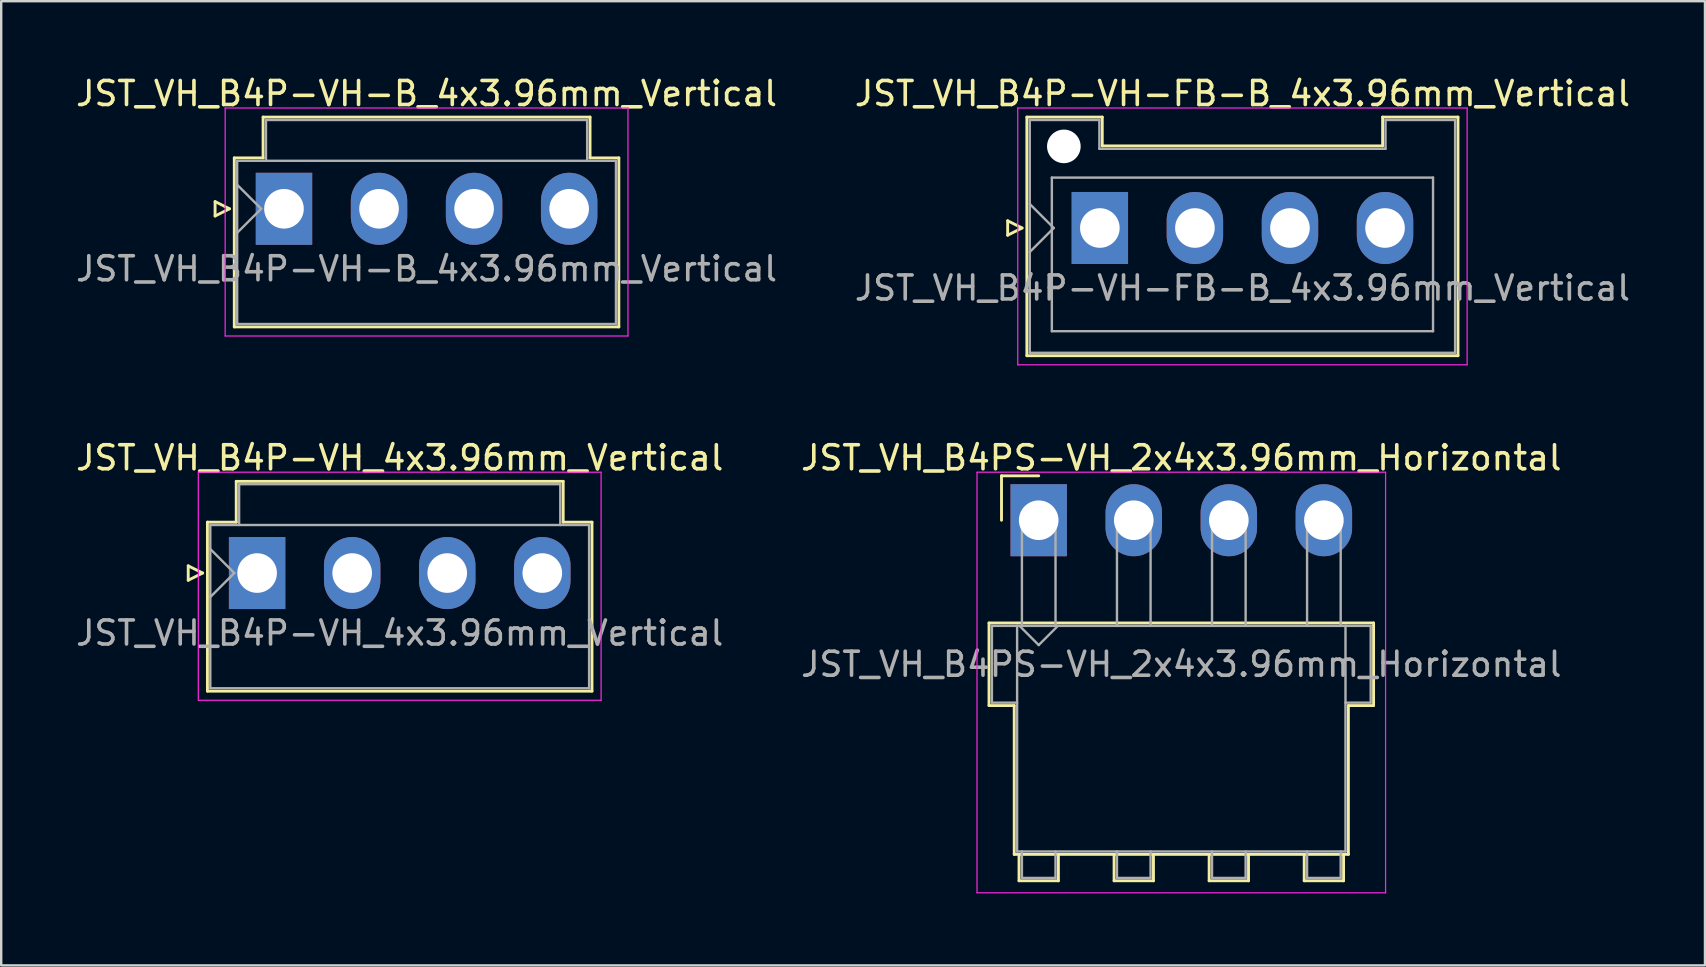
<source format=kicad_pcb>
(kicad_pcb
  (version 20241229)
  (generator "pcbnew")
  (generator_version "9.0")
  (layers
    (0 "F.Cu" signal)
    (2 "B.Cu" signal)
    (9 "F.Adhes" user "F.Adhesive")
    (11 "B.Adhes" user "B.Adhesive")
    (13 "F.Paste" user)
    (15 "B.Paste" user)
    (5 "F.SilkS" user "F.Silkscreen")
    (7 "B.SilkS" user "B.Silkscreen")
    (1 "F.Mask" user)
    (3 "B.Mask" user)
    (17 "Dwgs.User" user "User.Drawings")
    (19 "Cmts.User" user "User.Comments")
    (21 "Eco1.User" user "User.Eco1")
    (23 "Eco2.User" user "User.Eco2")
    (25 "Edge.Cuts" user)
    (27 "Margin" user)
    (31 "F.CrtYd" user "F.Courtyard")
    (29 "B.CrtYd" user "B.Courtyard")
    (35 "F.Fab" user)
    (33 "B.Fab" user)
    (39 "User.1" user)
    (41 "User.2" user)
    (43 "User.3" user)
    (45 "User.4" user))
  (footprint "JST_VH_B4P-VH-B_4x3.96mm_Vertical"
    (layer "F.Cu")
    (at 8.78 5.648)
    (property "Reference" "JST_VH_B4P-VH-B_4x3.96mm_Vertical" (at 5.94 -4.8 0) (layer "F.SilkS") (effects (font (size 1 1) (thickness 0.15))))
    (attr through_hole)
    (fp_line (start -2.87 -0.3) (end -2.27 0) (stroke (width 0.12) (type solid)) (layer "F.SilkS"))
    (fp_line (start -2.87 0.3) (end -2.87 -0.3) (stroke (width 0.12) (type solid)) (layer "F.SilkS"))
    (fp_line (start -2.27 0) (end -2.87 0.3) (stroke (width 0.12) (type solid)) (layer "F.SilkS"))
    (fp_line (start -2.07 -2.12) (end -0.87 -2.12) (stroke (width 0.12) (type solid)) (layer "F.SilkS"))
    (fp_line (start -2.07 4.92) (end -2.07 -2.12) (stroke (width 0.12) (type solid)) (layer "F.SilkS"))
    (fp_line (start -0.87 -3.82) (end 12.75 -3.82) (stroke (width 0.12) (type solid)) (layer "F.SilkS"))
    (fp_line (start -0.87 -2.12) (end -0.87 -3.82) (stroke (width 0.12) (type solid)) (layer "F.SilkS"))
    (fp_line (start 12.75 -3.82) (end 12.75 -2.12) (stroke (width 0.12) (type solid)) (layer "F.SilkS"))
    (fp_line (start 12.75 -2.12) (end 13.95 -2.12) (stroke (width 0.12) (type solid)) (layer "F.SilkS"))
    (fp_line (start 13.95 -2.12) (end 13.95 4.92) (stroke (width 0.12) (type solid)) (layer "F.SilkS"))
    (fp_line (start 13.95 4.92) (end -2.07 4.92) (stroke (width 0.12) (type solid)) (layer "F.SilkS"))
    (fp_line (start -2.45 -4.2) (end -2.45 5.3) (stroke (width 0.05) (type solid)) (layer "F.CrtYd"))
    (fp_line (start -2.45 5.3) (end 14.33 5.3) (stroke (width 0.05) (type solid)) (layer "F.CrtYd"))
    (fp_line (start 14.33 -4.2) (end -2.45 -4.2) (stroke (width 0.05) (type solid)) (layer "F.CrtYd"))
    (fp_line (start 14.33 5.3) (end 14.33 -4.2) (stroke (width 0.05) (type solid)) (layer "F.CrtYd"))
    (fp_line (start -1.95 -2) (end -1.95 4.8) (stroke (width 0.1) (type solid)) (layer "F.Fab"))
    (fp_line (start -1.95 -1) (end -0.95 0) (stroke (width 0.1) (type solid)) (layer "F.Fab"))
    (fp_line (start -1.95 1) (end -0.95 0) (stroke (width 0.1) (type solid)) (layer "F.Fab"))
    (fp_line (start -1.95 4.8) (end 13.83 4.8) (stroke (width 0.1) (type solid)) (layer "F.Fab"))
    (fp_line (start -0.75 -3.7) (end 12.63 -3.7) (stroke (width 0.1) (type solid)) (layer "F.Fab"))
    (fp_line (start -0.75 -2) (end -0.75 -3.7) (stroke (width 0.1) (type solid)) (layer "F.Fab"))
    (fp_line (start 12.63 -3.7) (end 12.63 -2) (stroke (width 0.1) (type solid)) (layer "F.Fab"))
    (fp_line (start 13.83 -2) (end -1.95 -2) (stroke (width 0.1) (type solid)) (layer "F.Fab"))
    (fp_line (start 13.83 4.8) (end 13.83 -2) (stroke (width 0.1) (type solid)) (layer "F.Fab"))
    (fp_text user "${REFERENCE}" (at 5.94 2.5 0) (layer "F.Fab") (effects (font (size 1 1) (thickness 0.15))))
    (pad "1" thru_hole rect (at 0 0) (size 2.35 3) (drill 1.65) (layers "*.Cu" "*.Mask"))
    (pad "2" thru_hole oval (at 3.96 0) (size 2.35 3) (drill 1.65) (layers "*.Cu" "*.Mask"))
    (pad "3" thru_hole oval (at 7.92 0) (size 2.35 3) (drill 1.65) (layers "*.Cu" "*.Mask"))
    (pad "4" thru_hole oval (at 11.88 0) (size 2.35 3) (drill 1.65) (layers "*.Cu" "*.Mask")))
  (footprint "JST_VH_B4P-VH-FB-B_4x3.96mm_Vertical"
    (layer "F.Cu")
    (at 42.768 6.448)
    (property "Reference" "JST_VH_B4P-VH-FB-B_4x3.96mm_Vertical" (at 5.94 -5.6 0) (layer "F.SilkS") (effects (font (size 1 1) (thickness 0.15))))
    (attr through_hole)
    (fp_line (start -3.84 -0.3) (end -3.24 0) (stroke (width 0.12) (type solid)) (layer "F.SilkS"))
    (fp_line (start -3.84 0.3) (end -3.84 -0.3) (stroke (width 0.12) (type solid)) (layer "F.SilkS"))
    (fp_line (start -3.24 0) (end -3.84 0.3) (stroke (width 0.12) (type solid)) (layer "F.SilkS"))
    (fp_line (start -3.04 -4.62) (end 0.1 -4.62) (stroke (width 0.12) (type solid)) (layer "F.SilkS"))
    (fp_line (start -3.04 5.32) (end -3.04 -4.62) (stroke (width 0.12) (type solid)) (layer "F.SilkS"))
    (fp_line (start 0.1 -4.62) (end 0.1 -3.42) (stroke (width 0.12) (type solid)) (layer "F.SilkS"))
    (fp_line (start 0.1 -3.42) (end 11.78 -3.42) (stroke (width 0.12) (type solid)) (layer "F.SilkS"))
    (fp_line (start 11.78 -4.62) (end 14.92 -4.62) (stroke (width 0.12) (type solid)) (layer "F.SilkS"))
    (fp_line (start 11.78 -3.42) (end 11.78 -4.62) (stroke (width 0.12) (type solid)) (layer "F.SilkS"))
    (fp_line (start 14.92 -4.62) (end 14.92 5.32) (stroke (width 0.12) (type solid)) (layer "F.SilkS"))
    (fp_line (start 14.92 5.32) (end -3.04 5.32) (stroke (width 0.12) (type solid)) (layer "F.SilkS"))
    (fp_line (start -3.42 -5) (end -3.42 5.7) (stroke (width 0.05) (type solid)) (layer "F.CrtYd"))
    (fp_line (start -3.42 5.7) (end 15.3 5.7) (stroke (width 0.05) (type solid)) (layer "F.CrtYd"))
    (fp_line (start 15.3 -5) (end -3.42 -5) (stroke (width 0.05) (type solid)) (layer "F.CrtYd"))
    (fp_line (start 15.3 5.7) (end 15.3 -5) (stroke (width 0.05) (type solid)) (layer "F.CrtYd"))
    (fp_line (start -2.92 -4.5) (end -0.02 -4.5) (stroke (width 0.1) (type solid)) (layer "F.Fab"))
    (fp_line (start -2.92 -1) (end -1.92 0) (stroke (width 0.1) (type solid)) (layer "F.Fab"))
    (fp_line (start -2.92 1) (end -1.92 0) (stroke (width 0.1) (type solid)) (layer "F.Fab"))
    (fp_line (start -2.92 5.2) (end -2.92 -4.5) (stroke (width 0.1) (type solid)) (layer "F.Fab"))
    (fp_line (start -2 -2.1) (end 13.88 -2.1) (stroke (width 0.1) (type solid)) (layer "F.Fab"))
    (fp_line (start -2 4.3) (end -2 -2.1) (stroke (width 0.1) (type solid)) (layer "F.Fab"))
    (fp_line (start -0.02 -4.5) (end -0.02 -3.3) (stroke (width 0.1) (type solid)) (layer "F.Fab"))
    (fp_line (start -0.02 -3.3) (end 11.9 -3.3) (stroke (width 0.1) (type solid)) (layer "F.Fab"))
    (fp_line (start 11.9 -4.5) (end 14.8 -4.5) (stroke (width 0.1) (type solid)) (layer "F.Fab"))
    (fp_line (start 11.9 -3.3) (end 11.9 -4.5) (stroke (width 0.1) (type solid)) (layer "F.Fab"))
    (fp_line (start 13.88 -2.1) (end 13.88 4.3) (stroke (width 0.1) (type solid)) (layer "F.Fab"))
    (fp_line (start 13.88 4.3) (end -2 4.3) (stroke (width 0.1) (type solid)) (layer "F.Fab"))
    (fp_line (start 14.8 -4.5) (end 14.8 5.2) (stroke (width 0.1) (type solid)) (layer "F.Fab"))
    (fp_line (start 14.8 5.2) (end -2.92 5.2) (stroke (width 0.1) (type solid)) (layer "F.Fab"))
    (fp_text user "${REFERENCE}" (at 5.94 2.5 0) (layer "F.Fab") (effects (font (size 1 1) (thickness 0.15))))
    (pad "" np_thru_hole circle (at -1.5 -3.4) (size 1.4 1.4) (drill 1.4) (layers "*.Cu" "*.Mask"))
    (pad "1" thru_hole rect (at 0 0) (size 2.35 3) (drill 1.65) (layers "*.Cu" "*.Mask"))
    (pad "2" thru_hole oval (at 3.96 0) (size 2.35 3) (drill 1.65) (layers "*.Cu" "*.Mask"))
    (pad "3" thru_hole oval (at 7.92 0) (size 2.35 3) (drill 1.65) (layers "*.Cu" "*.Mask"))
    (pad "4" thru_hole oval (at 11.88 0) (size 2.35 3) (drill 1.65) (layers "*.Cu" "*.Mask")))
  (footprint "JST_VH_B4PS-VH_2x4x3.96mm_Horizontal"
    (layer "F.Cu")
    (at 40.221 18.622)
    (property "Reference" "JST_VH_B4PS-VH_2x4x3.96mm_Horizontal" (at 5.94 -2.6 0) (layer "F.SilkS") (effects (font (size 1 1) (thickness 0.15))))
    (attr through_hole)
    (fp_line (start -2.07 4.28) (end 13.95 4.28) (stroke (width 0.12) (type solid)) (layer "F.SilkS"))
    (fp_line (start -2.07 7.72) (end -2.07 4.28) (stroke (width 0.12) (type solid)) (layer "F.SilkS"))
    (fp_line (start -1.55 -1.85) (end -1.55 0) (stroke (width 0.12) (type solid)) (layer "F.SilkS"))
    (fp_line (start -1.02 7.72) (end -2.07 7.72) (stroke (width 0.12) (type solid)) (layer "F.SilkS"))
    (fp_line (start -1.02 13.92) (end -1.02 7.72) (stroke (width 0.12) (type solid)) (layer "F.SilkS"))
    (fp_line (start -0.82 13.92) (end -0.82 15.02) (stroke (width 0.12) (type solid)) (layer "F.SilkS"))
    (fp_line (start -0.82 15.02) (end 0.82 15.02) (stroke (width 0.12) (type solid)) (layer "F.SilkS"))
    (fp_line (start 0 -1.85) (end -1.55 -1.85) (stroke (width 0.12) (type solid)) (layer "F.SilkS"))
    (fp_line (start 0.82 15.02) (end 0.82 13.92) (stroke (width 0.12) (type solid)) (layer "F.SilkS"))
    (fp_line (start 3.14 13.92) (end 3.14 15.02) (stroke (width 0.12) (type solid)) (layer "F.SilkS"))
    (fp_line (start 3.14 15.02) (end 4.78 15.02) (stroke (width 0.12) (type solid)) (layer "F.SilkS"))
    (fp_line (start 4.78 15.02) (end 4.78 13.92) (stroke (width 0.12) (type solid)) (layer "F.SilkS"))
    (fp_line (start 7.1 13.92) (end 7.1 15.02) (stroke (width 0.12) (type solid)) (layer "F.SilkS"))
    (fp_line (start 7.1 15.02) (end 8.74 15.02) (stroke (width 0.12) (type solid)) (layer "F.SilkS"))
    (fp_line (start 8.74 15.02) (end 8.74 13.92) (stroke (width 0.12) (type solid)) (layer "F.SilkS"))
    (fp_line (start 11.06 13.92) (end 11.06 15.02) (stroke (width 0.12) (type solid)) (layer "F.SilkS"))
    (fp_line (start 11.06 15.02) (end 12.7 15.02) (stroke (width 0.12) (type solid)) (layer "F.SilkS"))
    (fp_line (start 12.7 15.02) (end 12.7 13.92) (stroke (width 0.12) (type solid)) (layer "F.SilkS"))
    (fp_line (start 12.9 7.72) (end 12.9 13.92) (stroke (width 0.12) (type solid)) (layer "F.SilkS"))
    (fp_line (start 12.9 13.92) (end -1.02 13.92) (stroke (width 0.12) (type solid)) (layer "F.SilkS"))
    (fp_line (start 13.95 4.28) (end 13.95 7.72) (stroke (width 0.12) (type solid)) (layer "F.SilkS"))
    (fp_line (start 13.95 7.72) (end 12.9 7.72) (stroke (width 0.12) (type solid)) (layer "F.SilkS"))
    (fp_line (start -2.57 -2) (end -2.57 15.52) (stroke (width 0.05) (type solid)) (layer "F.CrtYd"))
    (fp_line (start -2.57 15.52) (end 14.45 15.52) (stroke (width 0.05) (type solid)) (layer "F.CrtYd"))
    (fp_line (start 14.45 -2) (end -2.57 -2) (stroke (width 0.05) (type solid)) (layer "F.CrtYd"))
    (fp_line (start 14.45 15.52) (end 14.45 -2) (stroke (width 0.05) (type solid)) (layer "F.CrtYd"))
    (fp_line (start -1.95 4.4) (end -0.9 4.4) (stroke (width 0.1) (type solid)) (layer "F.Fab"))
    (fp_line (start -1.95 7.6) (end -1.95 4.4) (stroke (width 0.1) (type solid)) (layer "F.Fab"))
    (fp_line (start -0.9 4.4) (end -0.9 13.8) (stroke (width 0.1) (type solid)) (layer "F.Fab"))
    (fp_line (start -0.9 7.6) (end -1.95 7.6) (stroke (width 0.1) (type solid)) (layer "F.Fab"))
    (fp_line (start -0.9 13.8) (end 12.78 13.8) (stroke (width 0.1) (type solid)) (layer "F.Fab"))
    (fp_line (start -0.8 4.4) (end 0 5.2) (stroke (width 0.1) (type solid)) (layer "F.Fab"))
    (fp_line (start -0.7 0) (end 0.7 0) (stroke (width 0.1) (type solid)) (layer "F.Fab"))
    (fp_line (start -0.7 4.4) (end -0.7 0) (stroke (width 0.1) (type solid)) (layer "F.Fab"))
    (fp_line (start -0.7 13.8) (end -0.7 14.9) (stroke (width 0.1) (type solid)) (layer "F.Fab"))
    (fp_line (start -0.7 14.9) (end 0.7 14.9) (stroke (width 0.1) (type solid)) (layer "F.Fab"))
    (fp_line (start 0 5.2) (end 0.8 4.4) (stroke (width 0.1) (type solid)) (layer "F.Fab"))
    (fp_line (start 0.7 0) (end 0.7 4.4) (stroke (width 0.1) (type solid)) (layer "F.Fab"))
    (fp_line (start 0.7 14.9) (end 0.7 13.8) (stroke (width 0.1) (type solid)) (layer "F.Fab"))
    (fp_line (start 3.26 0) (end 4.66 0) (stroke (width 0.1) (type solid)) (layer "F.Fab"))
    (fp_line (start 3.26 4.4) (end 3.26 0) (stroke (width 0.1) (type solid)) (layer "F.Fab"))
    (fp_line (start 3.26 13.8) (end 3.26 14.9) (stroke (width 0.1) (type solid)) (layer "F.Fab"))
    (fp_line (start 3.26 14.9) (end 4.66 14.9) (stroke (width 0.1) (type solid)) (layer "F.Fab"))
    (fp_line (start 4.66 0) (end 4.66 4.4) (stroke (width 0.1) (type solid)) (layer "F.Fab"))
    (fp_line (start 4.66 14.9) (end 4.66 13.8) (stroke (width 0.1) (type solid)) (layer "F.Fab"))
    (fp_line (start 7.22 0) (end 8.62 0) (stroke (width 0.1) (type solid)) (layer "F.Fab"))
    (fp_line (start 7.22 4.4) (end 7.22 0) (stroke (width 0.1) (type solid)) (layer "F.Fab"))
    (fp_line (start 7.22 13.8) (end 7.22 14.9) (stroke (width 0.1) (type solid)) (layer "F.Fab"))
    (fp_line (start 7.22 14.9) (end 8.62 14.9) (stroke (width 0.1) (type solid)) (layer "F.Fab"))
    (fp_line (start 8.62 0) (end 8.62 4.4) (stroke (width 0.1) (type solid)) (layer "F.Fab"))
    (fp_line (start 8.62 14.9) (end 8.62 13.8) (stroke (width 0.1) (type solid)) (layer "F.Fab"))
    (fp_line (start 11.18 0) (end 12.58 0) (stroke (width 0.1) (type solid)) (layer "F.Fab"))
    (fp_line (start 11.18 4.4) (end 11.18 0) (stroke (width 0.1) (type solid)) (layer "F.Fab"))
    (fp_line (start 11.18 13.8) (end 11.18 14.9) (stroke (width 0.1) (type solid)) (layer "F.Fab"))
    (fp_line (start 11.18 14.9) (end 12.58 14.9) (stroke (width 0.1) (type solid)) (layer "F.Fab"))
    (fp_line (start 12.58 0) (end 12.58 4.4) (stroke (width 0.1) (type solid)) (layer "F.Fab"))
    (fp_line (start 12.58 14.9) (end 12.58 13.8) (stroke (width 0.1) (type solid)) (layer "F.Fab"))
    (fp_line (start 12.78 4.4) (end -0.9 4.4) (stroke (width 0.1) (type solid)) (layer "F.Fab"))
    (fp_line (start 12.78 4.4) (end 13.83 4.4) (stroke (width 0.1) (type solid)) (layer "F.Fab"))
    (fp_line (start 12.78 13.8) (end 12.78 4.4) (stroke (width 0.1) (type solid)) (layer "F.Fab"))
    (fp_line (start 13.83 4.4) (end 13.83 7.6) (stroke (width 0.1) (type solid)) (layer "F.Fab"))
    (fp_line (start 13.83 7.6) (end 12.78 7.6) (stroke (width 0.1) (type solid)) (layer "F.Fab"))
    (fp_text user "${REFERENCE}" (at 5.94 6 0) (layer "F.Fab") (effects (font (size 1 1) (thickness 0.15))))
    (pad "1" thru_hole rect (at 0 0) (size 2.35 3) (drill 1.65) (layers "*.Cu" "*.Mask"))
    (pad "2" thru_hole oval (at 3.96 0) (size 2.35 3) (drill 1.65) (layers "*.Cu" "*.Mask"))
    (pad "3" thru_hole oval (at 7.92 0) (size 2.35 3) (drill 1.65) (layers "*.Cu" "*.Mask"))
    (pad "4" thru_hole oval (at 11.88 0) (size 2.35 3) (drill 1.65) (layers "*.Cu" "*.Mask")))
  (footprint "JST_VH_B4P-VH_4x3.96mm_Vertical"
    (layer "F.Cu")
    (at 7.661 20.822)
    (property "Reference" "JST_VH_B4P-VH_4x3.96mm_Vertical" (at 5.94 -4.8 0) (layer "F.SilkS") (effects (font (size 1 1) (thickness 0.15))))
    (attr through_hole)
    (fp_line (start -2.87 -0.3) (end -2.27 0) (stroke (width 0.12) (type solid)) (layer "F.SilkS"))
    (fp_line (start -2.87 0.3) (end -2.87 -0.3) (stroke (width 0.12) (type solid)) (layer "F.SilkS"))
    (fp_line (start -2.27 0) (end -2.87 0.3) (stroke (width 0.12) (type solid)) (layer "F.SilkS"))
    (fp_line (start -2.07 -2.12) (end -0.87 -2.12) (stroke (width 0.12) (type solid)) (layer "F.SilkS"))
    (fp_line (start -2.07 4.92) (end -2.07 -2.12) (stroke (width 0.12) (type solid)) (layer "F.SilkS"))
    (fp_line (start -0.87 -3.82) (end 12.75 -3.82) (stroke (width 0.12) (type solid)) (layer "F.SilkS"))
    (fp_line (start -0.87 -2.12) (end -0.87 -3.82) (stroke (width 0.12) (type solid)) (layer "F.SilkS"))
    (fp_line (start 12.75 -3.82) (end 12.75 -2.12) (stroke (width 0.12) (type solid)) (layer "F.SilkS"))
    (fp_line (start 12.75 -2.12) (end 13.95 -2.12) (stroke (width 0.12) (type solid)) (layer "F.SilkS"))
    (fp_line (start 13.95 -2.12) (end 13.95 4.92) (stroke (width 0.12) (type solid)) (layer "F.SilkS"))
    (fp_line (start 13.95 4.92) (end -2.07 4.92) (stroke (width 0.12) (type solid)) (layer "F.SilkS"))
    (fp_line (start -2.45 -4.2) (end -2.45 5.3) (stroke (width 0.05) (type solid)) (layer "F.CrtYd"))
    (fp_line (start -2.45 5.3) (end 14.33 5.3) (stroke (width 0.05) (type solid)) (layer "F.CrtYd"))
    (fp_line (start 14.33 -4.2) (end -2.45 -4.2) (stroke (width 0.05) (type solid)) (layer "F.CrtYd"))
    (fp_line (start 14.33 5.3) (end 14.33 -4.2) (stroke (width 0.05) (type solid)) (layer "F.CrtYd"))
    (fp_line (start -1.95 -2) (end -1.95 4.8) (stroke (width 0.1) (type solid)) (layer "F.Fab"))
    (fp_line (start -1.95 -1) (end -0.95 0) (stroke (width 0.1) (type solid)) (layer "F.Fab"))
    (fp_line (start -1.95 1) (end -0.95 0) (stroke (width 0.1) (type solid)) (layer "F.Fab"))
    (fp_line (start -1.95 4.8) (end 13.83 4.8) (stroke (width 0.1) (type solid)) (layer "F.Fab"))
    (fp_line (start -0.75 -3.7) (end 12.63 -3.7) (stroke (width 0.1) (type solid)) (layer "F.Fab"))
    (fp_line (start -0.75 -2) (end -0.75 -3.7) (stroke (width 0.1) (type solid)) (layer "F.Fab"))
    (fp_line (start 12.63 -3.7) (end 12.63 -2) (stroke (width 0.1) (type solid)) (layer "F.Fab"))
    (fp_line (start 13.83 -2) (end -1.95 -2) (stroke (width 0.1) (type solid)) (layer "F.Fab"))
    (fp_line (start 13.83 4.8) (end 13.83 -2) (stroke (width 0.1) (type solid)) (layer "F.Fab"))
    (fp_text user "${REFERENCE}" (at 5.94 2.5 0) (layer "F.Fab") (effects (font (size 1 1) (thickness 0.15))))
    (pad "1" thru_hole rect (at 0 0) (size 2.35 3) (drill 1.65) (layers "*.Cu" "*.Mask"))
    (pad "2" thru_hole oval (at 3.96 0) (size 2.35 3) (drill 1.65) (layers "*.Cu" "*.Mask"))
    (pad "3" thru_hole oval (at 7.92 0) (size 2.35 3) (drill 1.65) (layers "*.Cu" "*.Mask"))
    (pad "4" thru_hole oval (at 11.88 0) (size 2.35 3) (drill 1.65) (layers "*.Cu" "*.Mask")))
  (gr_rect
    (start -3 -3)
    (end 67.976 37.166)
    (stroke (width 0.1) (type default))
    (fill no)
    (layer "Edge.Cuts")))
</source>
